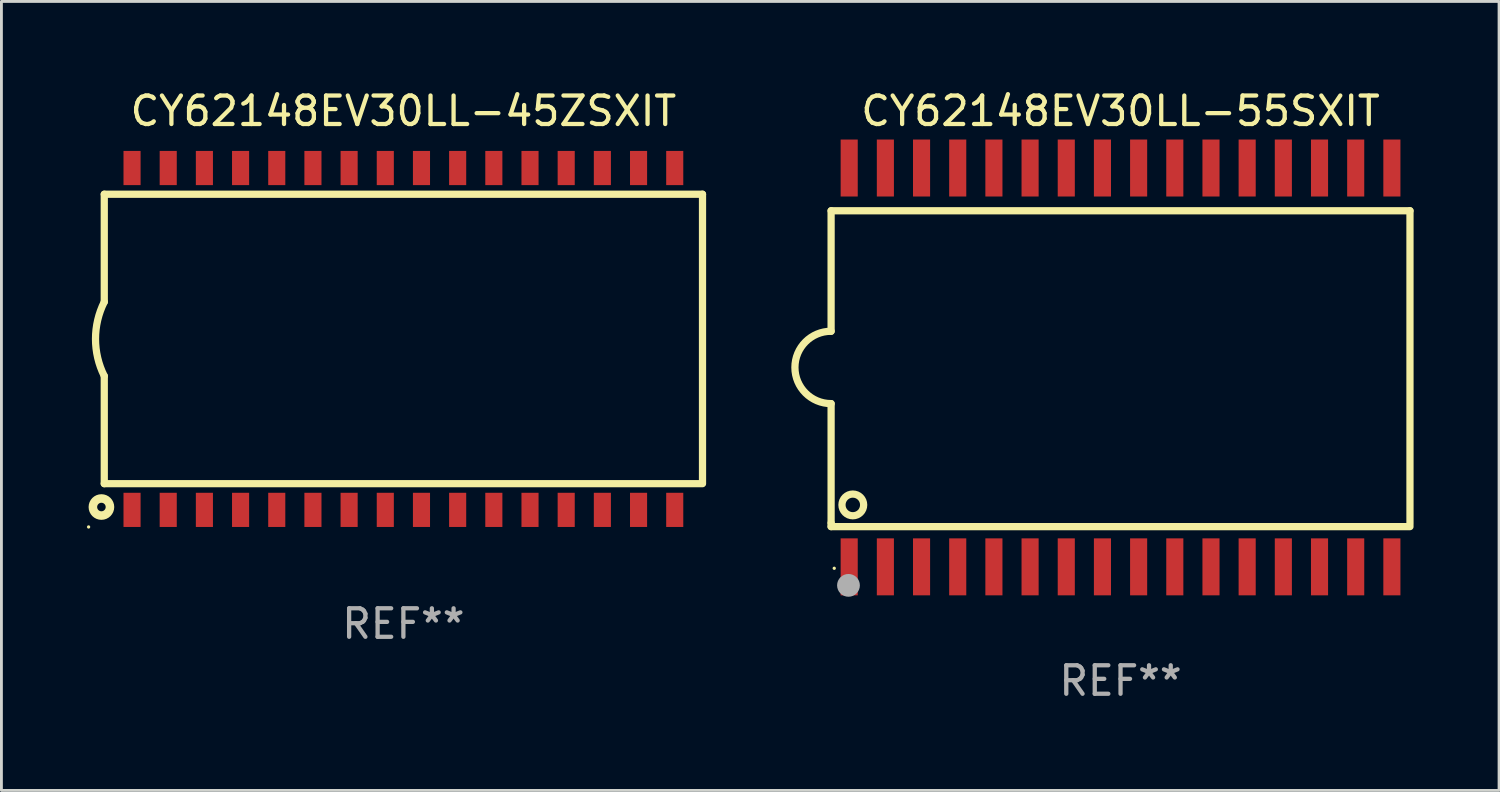
<source format=kicad_pcb>
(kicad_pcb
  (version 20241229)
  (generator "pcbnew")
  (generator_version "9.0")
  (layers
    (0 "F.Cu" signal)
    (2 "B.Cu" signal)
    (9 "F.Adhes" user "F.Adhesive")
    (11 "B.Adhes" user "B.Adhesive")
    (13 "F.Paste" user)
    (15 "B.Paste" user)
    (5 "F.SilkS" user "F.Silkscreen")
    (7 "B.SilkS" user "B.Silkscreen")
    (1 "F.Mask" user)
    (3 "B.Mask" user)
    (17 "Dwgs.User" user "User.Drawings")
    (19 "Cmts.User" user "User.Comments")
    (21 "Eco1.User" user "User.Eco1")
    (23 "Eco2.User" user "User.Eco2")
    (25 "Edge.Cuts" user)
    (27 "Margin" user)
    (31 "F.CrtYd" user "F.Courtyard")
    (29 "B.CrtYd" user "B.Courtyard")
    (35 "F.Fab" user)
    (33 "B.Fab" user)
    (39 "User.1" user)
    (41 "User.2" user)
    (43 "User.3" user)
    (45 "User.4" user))
  (footprint "CY62148EV30LL-45ZSXIT"
    (layer "F.Cu")
    (at 11.11 8.848)
    (property "Reference" "CY62148EV30LL-45ZSXIT" (at 0 -8 0) (layer "F.SilkS") (effects (font (size 1 1) (thickness 0.15))))
    (attr through_hole)
    (fp_line (start -10.5 -5.08) (end -10.5 -1.3) (stroke (width 0.254) (type solid)) (layer "F.SilkS"))
    (fp_line (start -10.5 -5.08) (end 10.5 -5.08) (stroke (width 0.254) (type solid)) (layer "F.SilkS"))
    (fp_line (start -10.5 5.08) (end -10.5 1.3) (stroke (width 0.254) (type solid)) (layer "F.SilkS"))
    (fp_line (start 10.5 -5.08) (end 10.5 5.05) (stroke (width 0.254) (type solid)) (layer "F.SilkS"))
    (fp_line (start 10.5 5.08) (end -10.5 5.08) (stroke (width 0.254) (type solid)) (layer "F.SilkS"))
    (fp_arc (start -10.500406 1.300482) (mid -10.80722 0.000196) (end -10.500025 -1.3) (stroke (width 0.254001) (type solid)) (layer "F.SilkS"))
    (fp_circle (center -11.05 6.6) (end -11.02 6.6) (stroke (width 0.06) (type solid)) (fill no) (layer "F.SilkS"))
    (fp_circle (center -10.6 5.9) (end -10.3 5.9) (stroke (width 0.3) (type solid)) (fill no) (layer "F.SilkS"))
    (fp_text user "REF**" (at 0 10 0) (layer "F.Fab") (effects (font (size 1 1) (thickness 0.15))))
    (pad "1" smd rect (at -9.525 6 180) (size 0.6 1.2) (layers "F.Cu" "F.Mask" "F.Paste"))
    (pad "2" smd rect (at -8.255 6 180) (size 0.6 1.2) (layers "F.Cu" "F.Mask" "F.Paste"))
    (pad "3" smd rect (at -6.985 6 180) (size 0.6 1.2) (layers "F.Cu" "F.Mask" "F.Paste"))
    (pad "4" smd rect (at -5.715 6 180) (size 0.6 1.2) (layers "F.Cu" "F.Mask" "F.Paste"))
    (pad "5" smd rect (at -4.445 6 180) (size 0.6 1.2) (layers "F.Cu" "F.Mask" "F.Paste"))
    (pad "6" smd rect (at -3.175 6 180) (size 0.6 1.2) (layers "F.Cu" "F.Mask" "F.Paste"))
    (pad "7" smd rect (at -1.905 6 180) (size 0.6 1.2) (layers "F.Cu" "F.Mask" "F.Paste"))
    (pad "8" smd rect (at -0.635 6 180) (size 0.6 1.2) (layers "F.Cu" "F.Mask" "F.Paste"))
    (pad "9" smd rect (at 0.635 6 180) (size 0.6 1.2) (layers "F.Cu" "F.Mask" "F.Paste"))
    (pad "10" smd rect (at 1.905 6 180) (size 0.6 1.2) (layers "F.Cu" "F.Mask" "F.Paste"))
    (pad "11" smd rect (at 3.175 6 180) (size 0.6 1.2) (layers "F.Cu" "F.Mask" "F.Paste"))
    (pad "12" smd rect (at 4.445 6 180) (size 0.6 1.2) (layers "F.Cu" "F.Mask" "F.Paste"))
    (pad "13" smd rect (at 5.715 6 180) (size 0.6 1.2) (layers "F.Cu" "F.Mask" "F.Paste"))
    (pad "14" smd rect (at 6.985 6 180) (size 0.6 1.2) (layers "F.Cu" "F.Mask" "F.Paste"))
    (pad "15" smd rect (at 8.255 6 180) (size 0.6 1.2) (layers "F.Cu" "F.Mask" "F.Paste"))
    (pad "16" smd rect (at 9.525 6 180) (size 0.6 1.2) (layers "F.Cu" "F.Mask" "F.Paste"))
    (pad "17" smd rect (at 9.525 -6 180) (size 0.6 1.2) (layers "F.Cu" "F.Mask" "F.Paste"))
    (pad "18" smd rect (at 8.255 -6 180) (size 0.6 1.2) (layers "F.Cu" "F.Mask" "F.Paste"))
    (pad "19" smd rect (at 6.985 -6 180) (size 0.6 1.2) (layers "F.Cu" "F.Mask" "F.Paste"))
    (pad "20" smd rect (at 5.715 -6 180) (size 0.6 1.2) (layers "F.Cu" "F.Mask" "F.Paste"))
    (pad "21" smd rect (at 4.445 -6 180) (size 0.6 1.2) (layers "F.Cu" "F.Mask" "F.Paste"))
    (pad "22" smd rect (at 3.175 -6 180) (size 0.6 1.2) (layers "F.Cu" "F.Mask" "F.Paste"))
    (pad "23" smd rect (at 1.905 -6 180) (size 0.6 1.2) (layers "F.Cu" "F.Mask" "F.Paste"))
    (pad "24" smd rect (at 0.635 -6 180) (size 0.6 1.2) (layers "F.Cu" "F.Mask" "F.Paste"))
    (pad "25" smd rect (at -0.635 -6 180) (size 0.6 1.2) (layers "F.Cu" "F.Mask" "F.Paste"))
    (pad "26" smd rect (at -1.905 -6 180) (size 0.6 1.2) (layers "F.Cu" "F.Mask" "F.Paste"))
    (pad "27" smd rect (at -3.175 -6 180) (size 0.6 1.2) (layers "F.Cu" "F.Mask" "F.Paste"))
    (pad "28" smd rect (at -4.445 -6 180) (size 0.6 1.2) (layers "F.Cu" "F.Mask" "F.Paste"))
    (pad "29" smd rect (at -5.715 -6 180) (size 0.6 1.2) (layers "F.Cu" "F.Mask" "F.Paste"))
    (pad "30" smd rect (at -6.985 -6 180) (size 0.6 1.2) (layers "F.Cu" "F.Mask" "F.Paste"))
    (pad "31" smd rect (at -8.255 -6 180) (size 0.6 1.2) (layers "F.Cu" "F.Mask" "F.Paste"))
    (pad "32" smd rect (at -9.525 -6 180) (size 0.6 1.2) (layers "F.Cu" "F.Mask" "F.Paste")))
  (footprint "CY62148EV30LL-55SXIT"
    (layer "F.Cu")
    (at 36.284 9.848)
    (property "Reference" "CY62148EV30LL-55SXIT" (at 0 -9 0) (layer "F.SilkS") (effects (font (size 1 1) (thickness 0.15))))
    (attr through_hole)
    (fp_line (start -10.16 -5.5) (end -10.16 -1.27) (stroke (width 0.254) (type solid)) (layer "F.SilkS"))
    (fp_line (start -10.16 1.27) (end -10.16 5.461) (stroke (width 0.254) (type solid)) (layer "F.SilkS"))
    (fp_line (start -10.16 5.461) (end -10.16 5.588) (stroke (width 0.254) (type solid)) (layer "F.SilkS"))
    (fp_line (start -10.16 5.588) (end 10.16 5.588) (stroke (width 0.254) (type solid)) (layer "F.SilkS"))
    (fp_line (start 10.16 -5.5) (end -10.16 -5.5) (stroke (width 0.254) (type solid)) (layer "F.SilkS"))
    (fp_line (start 10.16 -5.5) (end 10.16 5.5) (stroke (width 0.254) (type solid)) (layer "F.SilkS"))
    (fp_arc (start -10.16002 1.270003) (mid -11.42003 0) (end -10.16002 -1.270003) (stroke (width 0.254001) (type solid)) (layer "F.SilkS"))
    (fp_circle (center -10.05 7.05) (end -10.02 7.05) (stroke (width 0.06) (type solid)) (fill no) (layer "F.SilkS"))
    (fp_circle (center -9.398 4.826) (end -9.017 4.826) (stroke (width 0.254) (type solid)) (fill no) (layer "F.SilkS"))
    (fp_circle (center -9.55 7.65) (end -9.35 7.65) (stroke (width 0.4) (type solid)) (fill no) (layer "F.Fab"))
    (fp_text user "REF**" (at 0 11 0) (layer "F.Fab") (effects (font (size 1 1) (thickness 0.15))))
    (pad "1" smd rect (at -9.525 7) (size 0.6 2) (layers "F.Cu" "F.Mask" "F.Paste"))
    (pad "2" smd rect (at -8.255 7) (size 0.6 2) (layers "F.Cu" "F.Mask" "F.Paste"))
    (pad "3" smd rect (at -6.985 7) (size 0.6 2) (layers "F.Cu" "F.Mask" "F.Paste"))
    (pad "4" smd rect (at -5.715 7) (size 0.6 2) (layers "F.Cu" "F.Mask" "F.Paste"))
    (pad "5" smd rect (at -4.445 7) (size 0.6 2) (layers "F.Cu" "F.Mask" "F.Paste"))
    (pad "6" smd rect (at -3.175 7) (size 0.6 2) (layers "F.Cu" "F.Mask" "F.Paste"))
    (pad "7" smd rect (at -1.905 7) (size 0.6 2) (layers "F.Cu" "F.Mask" "F.Paste"))
    (pad "8" smd rect (at -0.635 7) (size 0.6 2) (layers "F.Cu" "F.Mask" "F.Paste"))
    (pad "9" smd rect (at 0.635 7) (size 0.6 2) (layers "F.Cu" "F.Mask" "F.Paste"))
    (pad "10" smd rect (at 1.905 7) (size 0.6 2) (layers "F.Cu" "F.Mask" "F.Paste"))
    (pad "11" smd rect (at 3.175 7) (size 0.6 2) (layers "F.Cu" "F.Mask" "F.Paste"))
    (pad "12" smd rect (at 4.445 7) (size 0.6 2) (layers "F.Cu" "F.Mask" "F.Paste"))
    (pad "13" smd rect (at 5.715 7) (size 0.6 2) (layers "F.Cu" "F.Mask" "F.Paste"))
    (pad "14" smd rect (at 6.985 7) (size 0.6 2) (layers "F.Cu" "F.Mask" "F.Paste"))
    (pad "15" smd rect (at 8.255 7) (size 0.6 2) (layers "F.Cu" "F.Mask" "F.Paste"))
    (pad "16" smd rect (at 9.525 7) (size 0.6 2) (layers "F.Cu" "F.Mask" "F.Paste"))
    (pad "17" smd rect (at 9.525 -7) (size 0.6 2) (layers "F.Cu" "F.Mask" "F.Paste"))
    (pad "18" smd rect (at 8.255 -7) (size 0.6 2) (layers "F.Cu" "F.Mask" "F.Paste"))
    (pad "19" smd rect (at 6.985 -7) (size 0.6 2) (layers "F.Cu" "F.Mask" "F.Paste"))
    (pad "20" smd rect (at 5.715 -7) (size 0.6 2) (layers "F.Cu" "F.Mask" "F.Paste"))
    (pad "21" smd rect (at 4.445 -7) (size 0.6 2) (layers "F.Cu" "F.Mask" "F.Paste"))
    (pad "22" smd rect (at 3.175 -7) (size 0.6 2) (layers "F.Cu" "F.Mask" "F.Paste"))
    (pad "23" smd rect (at 1.905 -7) (size 0.6 2) (layers "F.Cu" "F.Mask" "F.Paste"))
    (pad "24" smd rect (at 0.635 -7) (size 0.6 2) (layers "F.Cu" "F.Mask" "F.Paste"))
    (pad "25" smd rect (at -0.635 -7) (size 0.6 2) (layers "F.Cu" "F.Mask" "F.Paste"))
    (pad "26" smd rect (at -1.905 -7) (size 0.6 2) (layers "F.Cu" "F.Mask" "F.Paste"))
    (pad "27" smd rect (at -3.175 -7) (size 0.6 2) (layers "F.Cu" "F.Mask" "F.Paste"))
    (pad "28" smd rect (at -4.445 -7) (size 0.6 2) (layers "F.Cu" "F.Mask" "F.Paste"))
    (pad "29" smd rect (at -5.715 -7) (size 0.6 2) (layers "F.Cu" "F.Mask" "F.Paste"))
    (pad "30" smd rect (at -6.985 -7) (size 0.6 2) (layers "F.Cu" "F.Mask" "F.Paste"))
    (pad "31" smd rect (at -8.255 -7) (size 0.6 2) (layers "F.Cu" "F.Mask" "F.Paste"))
    (pad "32" smd rect (at -9.525 -7) (size 0.6 2) (layers "F.Cu" "F.Mask" "F.Paste")))
  (gr_rect
    (start -3 -3)
    (end 49.571 24.697)
    (stroke (width 0.1) (type default))
    (fill no)
    (layer "Edge.Cuts")))
</source>
